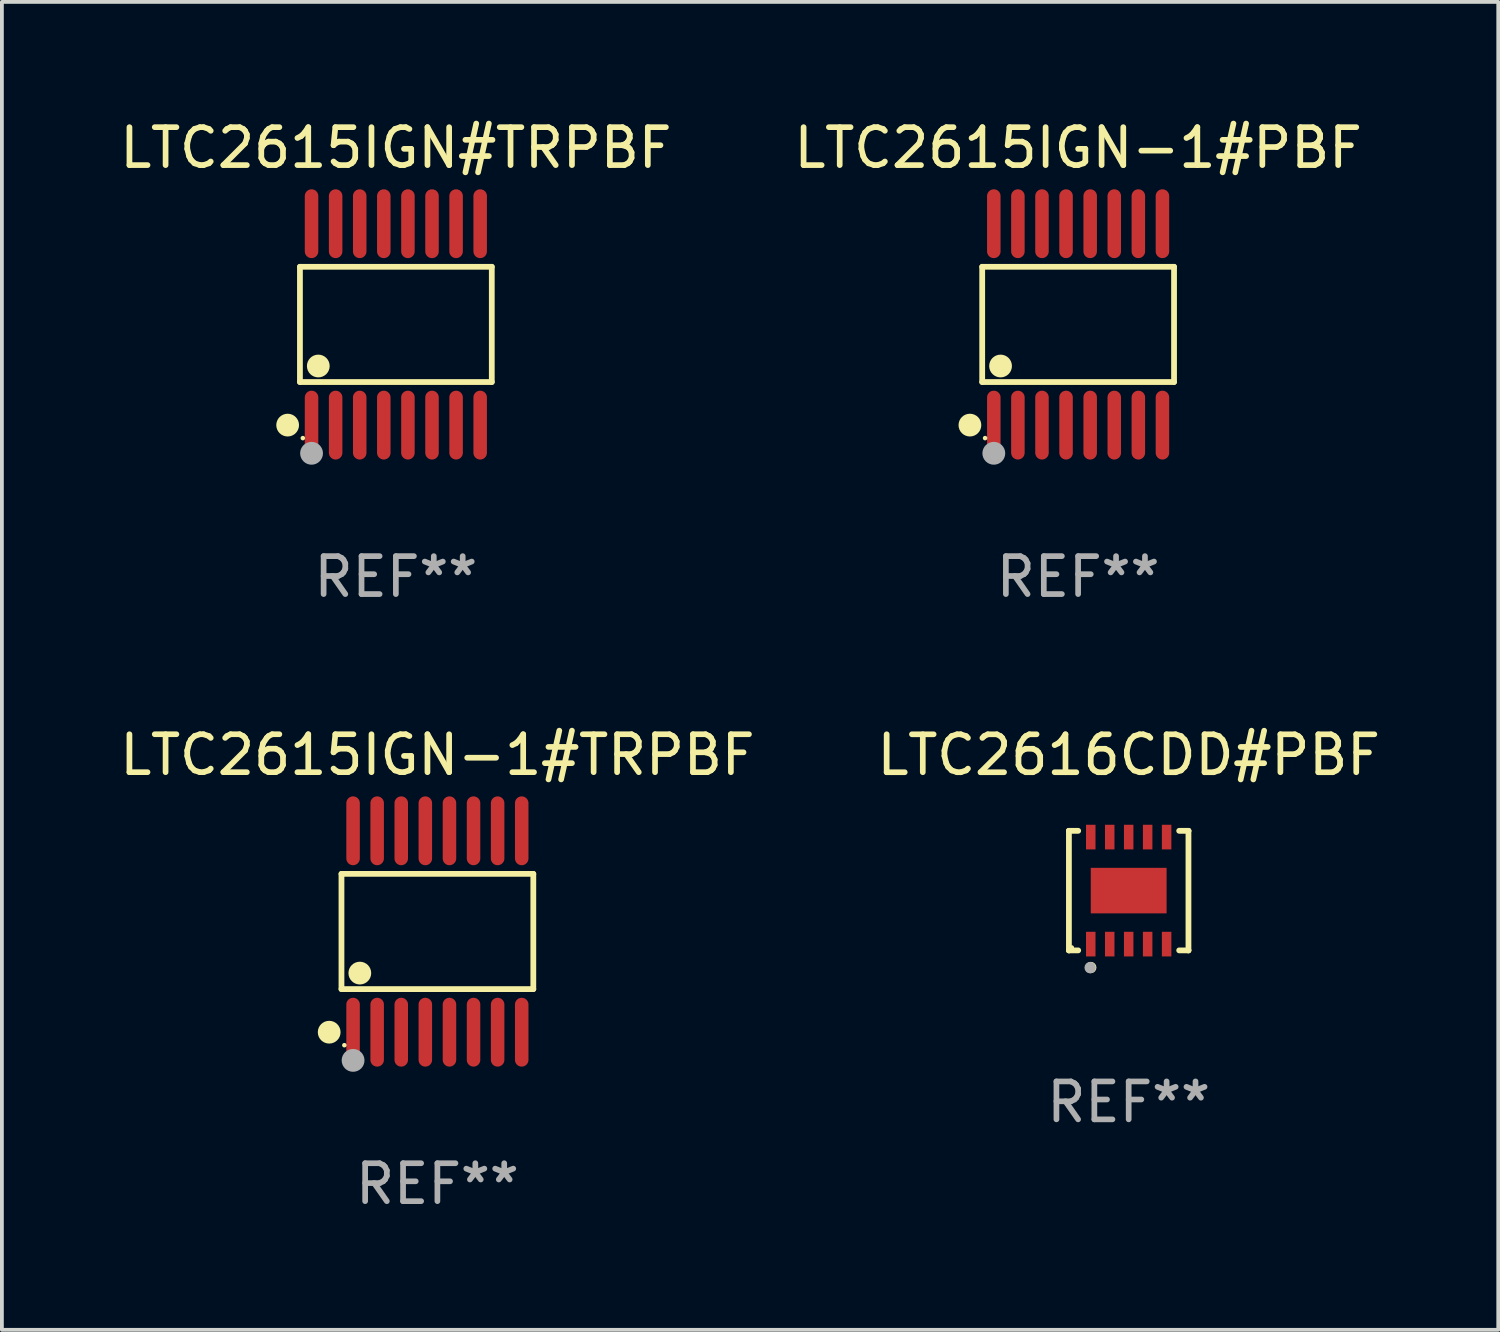
<source format=kicad_pcb>
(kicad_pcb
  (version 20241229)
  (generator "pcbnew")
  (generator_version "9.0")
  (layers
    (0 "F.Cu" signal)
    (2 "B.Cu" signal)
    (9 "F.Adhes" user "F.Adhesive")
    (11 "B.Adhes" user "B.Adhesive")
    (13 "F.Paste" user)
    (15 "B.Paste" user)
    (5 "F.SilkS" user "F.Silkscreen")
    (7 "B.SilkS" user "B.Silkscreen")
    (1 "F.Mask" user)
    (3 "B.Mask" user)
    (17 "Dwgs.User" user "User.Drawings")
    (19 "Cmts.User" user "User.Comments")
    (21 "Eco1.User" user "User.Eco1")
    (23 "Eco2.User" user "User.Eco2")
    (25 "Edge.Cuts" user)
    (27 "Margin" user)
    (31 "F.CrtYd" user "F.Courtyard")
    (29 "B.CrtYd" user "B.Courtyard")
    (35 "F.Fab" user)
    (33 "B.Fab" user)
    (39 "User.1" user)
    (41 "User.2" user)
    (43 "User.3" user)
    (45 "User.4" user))
  (footprint "LTC2615IGN#TRPBF"
    (layer "F.Cu")
    (at 7.387 5.503)
    (property "Reference" "LTC2615IGN#TRPBF" (at 0 -4.655 0) (layer "F.SilkS") (effects (font (size 1 1) (thickness 0.15))))
    (attr through_hole)
    (fp_line (start -2.529 -1.519) (end 2.529 -1.519) (stroke (width 0.152) (type solid)) (layer "F.SilkS"))
    (fp_line (start -2.529 1.519) (end -2.529 -1.519) (stroke (width 0.152) (type solid)) (layer "F.SilkS"))
    (fp_line (start 2.529 -1.519) (end 2.529 1.519) (stroke (width 0.152) (type solid)) (layer "F.SilkS"))
    (fp_line (start 2.529 1.519) (end -2.529 1.519) (stroke (width 0.152) (type solid)) (layer "F.SilkS"))
    (fp_circle (center -2.853 2.655) (end -2.703 2.655) (stroke (width 0.3) (type solid)) (fill no) (layer "F.SilkS"))
    (fp_circle (center -2.453 2.998) (end -2.423 2.998) (stroke (width 0.06) (type solid)) (fill no) (layer "F.SilkS"))
    (fp_circle (center -2.045 1.097) (end -1.895 1.097) (stroke (width 0.3) (type solid)) (fill no) (layer "F.SilkS"))
    (fp_circle (center -2.223 3.398) (end -2.072 3.398) (stroke (width 0.3) (type solid)) (fill no) (layer "F.Fab"))
    (fp_text user "REF**" (at 0 6.655 0) (layer "F.Fab") (effects (font (size 1 1) (thickness 0.15))))
    (pad "1" smd oval (at -2.223 2.655) (size 0.356 1.815) (layers "F.Cu" "F.Mask" "F.Paste"))
    (pad "2" smd oval (at -1.588 2.655) (size 0.356 1.815) (layers "F.Cu" "F.Mask" "F.Paste"))
    (pad "3" smd oval (at -0.953 2.655) (size 0.356 1.815) (layers "F.Cu" "F.Mask" "F.Paste"))
    (pad "4" smd oval (at -0.318 2.655) (size 0.356 1.815) (layers "F.Cu" "F.Mask" "F.Paste"))
    (pad "5" smd oval (at 0.318 2.655) (size 0.356 1.815) (layers "F.Cu" "F.Mask" "F.Paste"))
    (pad "6" smd oval (at 0.953 2.655) (size 0.356 1.815) (layers "F.Cu" "F.Mask" "F.Paste"))
    (pad "7" smd oval (at 1.588 2.655) (size 0.356 1.815) (layers "F.Cu" "F.Mask" "F.Paste"))
    (pad "8" smd oval (at 2.223 2.655) (size 0.356 1.815) (layers "F.Cu" "F.Mask" "F.Paste"))
    (pad "9" smd oval (at 2.223 -2.655) (size 0.356 1.815) (layers "F.Cu" "F.Mask" "F.Paste"))
    (pad "10" smd oval (at 1.588 -2.655) (size 0.356 1.815) (layers "F.Cu" "F.Mask" "F.Paste"))
    (pad "11" smd oval (at 0.953 -2.655) (size 0.356 1.815) (layers "F.Cu" "F.Mask" "F.Paste"))
    (pad "12" smd oval (at 0.318 -2.655) (size 0.356 1.815) (layers "F.Cu" "F.Mask" "F.Paste"))
    (pad "13" smd oval (at -0.318 -2.655) (size 0.356 1.815) (layers "F.Cu" "F.Mask" "F.Paste"))
    (pad "14" smd oval (at -0.953 -2.655) (size 0.356 1.815) (layers "F.Cu" "F.Mask" "F.Paste"))
    (pad "15" smd oval (at -1.588 -2.655) (size 0.356 1.815) (layers "F.Cu" "F.Mask" "F.Paste"))
    (pad "16" smd oval (at -2.223 -2.655) (size 0.356 1.815) (layers "F.Cu" "F.Mask" "F.Paste")))
  (footprint "LTC2616CDD#PBF"
    (layer "F.Cu")
    (at 26.708 20.431)
    (property "Reference" "LTC2616CDD#PBF" (at 0 -3.576 0) (layer "F.SilkS") (effects (font (size 1 1) (thickness 0.15))))
    (attr through_hole)
    (fp_line (start -1.576 -1.576) (end -1.576 -1.576) (stroke (width 0.152) (type solid)) (layer "F.SilkS"))
    (fp_line (start -1.576 -1.576) (end -1.331 -1.576) (stroke (width 0.152) (type solid)) (layer "F.SilkS"))
    (fp_line (start -1.576 1.576) (end -1.576 -1.576) (stroke (width 0.152) (type solid)) (layer "F.SilkS"))
    (fp_line (start -1.576 1.576) (end -1.576 1.576) (stroke (width 0.152) (type solid)) (layer "F.SilkS"))
    (fp_line (start -1.331 1.576) (end -1.576 1.576) (stroke (width 0.152) (type solid)) (layer "F.SilkS"))
    (fp_line (start 1.331 1.576) (end 1.576 1.576) (stroke (width 0.152) (type solid)) (layer "F.SilkS"))
    (fp_line (start 1.576 -1.576) (end 1.331 -1.576) (stroke (width 0.152) (type solid)) (layer "F.SilkS"))
    (fp_line (start 1.576 -1.576) (end 1.576 -1.576) (stroke (width 0.152) (type solid)) (layer "F.SilkS"))
    (fp_line (start 1.576 1.576) (end 1.576 -1.576) (stroke (width 0.152) (type solid)) (layer "F.SilkS"))
    (fp_line (start 1.576 1.576) (end 1.576 1.576) (stroke (width 0.152) (type solid)) (layer "F.SilkS"))
    (fp_circle (center -1.5 1.5) (end -1.47 1.5) (stroke (width 0.06) (type solid)) (fill no) (layer "F.SilkS"))
    (fp_circle (center -1 2.028) (end -0.925 2.028) (stroke (width 0.15) (type solid)) (fill no) (layer "F.SilkS"))
    (fp_circle (center -1.016 2.032) (end -0.941 2.032) (stroke (width 0.15) (type solid)) (fill no) (layer "F.Fab"))
    (fp_text user "REF**" (at 0 5.576 0) (layer "F.Fab") (effects (font (size 1 1) (thickness 0.15))))
    (pad "1" smd rect (at -1 1.411) (size 0.25 0.65) (layers "F.Cu" "F.Mask" "F.Paste"))
    (pad "2" smd rect (at -0.5 1.411) (size 0.25 0.65) (layers "F.Cu" "F.Mask" "F.Paste"))
    (pad "3" smd rect (at 0 1.411) (size 0.25 0.65) (layers "F.Cu" "F.Mask" "F.Paste"))
    (pad "4" smd rect (at 0.5 1.411) (size 0.25 0.65) (layers "F.Cu" "F.Mask" "F.Paste"))
    (pad "5" smd rect (at 1 1.411) (size 0.25 0.65) (layers "F.Cu" "F.Mask" "F.Paste"))
    (pad "6" smd rect (at 1 -1.411) (size 0.25 0.65) (layers "F.Cu" "F.Mask" "F.Paste"))
    (pad "7" smd rect (at 0.5 -1.411) (size 0.25 0.65) (layers "F.Cu" "F.Mask" "F.Paste"))
    (pad "8" smd rect (at 0 -1.411) (size 0.25 0.65) (layers "F.Cu" "F.Mask" "F.Paste"))
    (pad "9" smd rect (at -0.5 -1.411) (size 0.25 0.65) (layers "F.Cu" "F.Mask" "F.Paste"))
    (pad "10" smd rect (at -1 -1.411) (size 0.25 0.65) (layers "F.Cu" "F.Mask" "F.Paste"))
    (pad "11" smd rect (at 0 0) (size 2 1.2) (layers "F.Cu" "F.Mask" "F.Paste")))
  (footprint "LTC2615IGN-1#TRPBF"
    (layer "F.Cu")
    (at 8.482 21.509)
    (property "Reference" "LTC2615IGN-1#TRPBF" (at 0 -4.655 0) (layer "F.SilkS") (effects (font (size 1 1) (thickness 0.15))))
    (attr through_hole)
    (fp_line (start -2.529 -1.519) (end 2.529 -1.519) (stroke (width 0.152) (type solid)) (layer "F.SilkS"))
    (fp_line (start -2.529 1.519) (end -2.529 -1.519) (stroke (width 0.152) (type solid)) (layer "F.SilkS"))
    (fp_line (start 2.529 -1.519) (end 2.529 1.519) (stroke (width 0.152) (type solid)) (layer "F.SilkS"))
    (fp_line (start 2.529 1.519) (end -2.529 1.519) (stroke (width 0.152) (type solid)) (layer "F.SilkS"))
    (fp_circle (center -2.853 2.655) (end -2.703 2.655) (stroke (width 0.3) (type solid)) (fill no) (layer "F.SilkS"))
    (fp_circle (center -2.453 2.998) (end -2.423 2.998) (stroke (width 0.06) (type solid)) (fill no) (layer "F.SilkS"))
    (fp_circle (center -2.045 1.097) (end -1.895 1.097) (stroke (width 0.3) (type solid)) (fill no) (layer "F.SilkS"))
    (fp_circle (center -2.223 3.398) (end -2.072 3.398) (stroke (width 0.3) (type solid)) (fill no) (layer "F.Fab"))
    (fp_text user "REF**" (at 0 6.655 0) (layer "F.Fab") (effects (font (size 1 1) (thickness 0.15))))
    (pad "1" smd oval (at -2.223 2.655) (size 0.356 1.815) (layers "F.Cu" "F.Mask" "F.Paste"))
    (pad "2" smd oval (at -1.588 2.655) (size 0.356 1.815) (layers "F.Cu" "F.Mask" "F.Paste"))
    (pad "3" smd oval (at -0.953 2.655) (size 0.356 1.815) (layers "F.Cu" "F.Mask" "F.Paste"))
    (pad "4" smd oval (at -0.318 2.655) (size 0.356 1.815) (layers "F.Cu" "F.Mask" "F.Paste"))
    (pad "5" smd oval (at 0.318 2.655) (size 0.356 1.815) (layers "F.Cu" "F.Mask" "F.Paste"))
    (pad "6" smd oval (at 0.953 2.655) (size 0.356 1.815) (layers "F.Cu" "F.Mask" "F.Paste"))
    (pad "7" smd oval (at 1.588 2.655) (size 0.356 1.815) (layers "F.Cu" "F.Mask" "F.Paste"))
    (pad "8" smd oval (at 2.223 2.655) (size 0.356 1.815) (layers "F.Cu" "F.Mask" "F.Paste"))
    (pad "9" smd oval (at 2.223 -2.655) (size 0.356 1.815) (layers "F.Cu" "F.Mask" "F.Paste"))
    (pad "10" smd oval (at 1.588 -2.655) (size 0.356 1.815) (layers "F.Cu" "F.Mask" "F.Paste"))
    (pad "11" smd oval (at 0.953 -2.655) (size 0.356 1.815) (layers "F.Cu" "F.Mask" "F.Paste"))
    (pad "12" smd oval (at 0.318 -2.655) (size 0.356 1.815) (layers "F.Cu" "F.Mask" "F.Paste"))
    (pad "13" smd oval (at -0.318 -2.655) (size 0.356 1.815) (layers "F.Cu" "F.Mask" "F.Paste"))
    (pad "14" smd oval (at -0.953 -2.655) (size 0.356 1.815) (layers "F.Cu" "F.Mask" "F.Paste"))
    (pad "15" smd oval (at -1.588 -2.655) (size 0.356 1.815) (layers "F.Cu" "F.Mask" "F.Paste"))
    (pad "16" smd oval (at -2.223 -2.655) (size 0.356 1.815) (layers "F.Cu" "F.Mask" "F.Paste")))
  (footprint "LTC2615IGN-1#PBF"
    (layer "F.Cu")
    (at 25.375 5.503)
    (property "Reference" "LTC2615IGN-1#PBF" (at 0 -4.655 0) (layer "F.SilkS") (effects (font (size 1 1) (thickness 0.15))))
    (attr through_hole)
    (fp_line (start -2.529 -1.519) (end 2.529 -1.519) (stroke (width 0.152) (type solid)) (layer "F.SilkS"))
    (fp_line (start -2.529 1.519) (end -2.529 -1.519) (stroke (width 0.152) (type solid)) (layer "F.SilkS"))
    (fp_line (start 2.529 -1.519) (end 2.529 1.519) (stroke (width 0.152) (type solid)) (layer "F.SilkS"))
    (fp_line (start 2.529 1.519) (end -2.529 1.519) (stroke (width 0.152) (type solid)) (layer "F.SilkS"))
    (fp_circle (center -2.853 2.655) (end -2.703 2.655) (stroke (width 0.3) (type solid)) (fill no) (layer "F.SilkS"))
    (fp_circle (center -2.453 2.998) (end -2.423 2.998) (stroke (width 0.06) (type solid)) (fill no) (layer "F.SilkS"))
    (fp_circle (center -2.045 1.097) (end -1.895 1.097) (stroke (width 0.3) (type solid)) (fill no) (layer "F.SilkS"))
    (fp_circle (center -2.223 3.398) (end -2.072 3.398) (stroke (width 0.3) (type solid)) (fill no) (layer "F.Fab"))
    (fp_text user "REF**" (at 0 6.655 0) (layer "F.Fab") (effects (font (size 1 1) (thickness 0.15))))
    (pad "1" smd oval (at -2.223 2.655) (size 0.356 1.815) (layers "F.Cu" "F.Mask" "F.Paste"))
    (pad "2" smd oval (at -1.588 2.655) (size 0.356 1.815) (layers "F.Cu" "F.Mask" "F.Paste"))
    (pad "3" smd oval (at -0.953 2.655) (size 0.356 1.815) (layers "F.Cu" "F.Mask" "F.Paste"))
    (pad "4" smd oval (at -0.318 2.655) (size 0.356 1.815) (layers "F.Cu" "F.Mask" "F.Paste"))
    (pad "5" smd oval (at 0.318 2.655) (size 0.356 1.815) (layers "F.Cu" "F.Mask" "F.Paste"))
    (pad "6" smd oval (at 0.953 2.655) (size 0.356 1.815) (layers "F.Cu" "F.Mask" "F.Paste"))
    (pad "7" smd oval (at 1.588 2.655) (size 0.356 1.815) (layers "F.Cu" "F.Mask" "F.Paste"))
    (pad "8" smd oval (at 2.223 2.655) (size 0.356 1.815) (layers "F.Cu" "F.Mask" "F.Paste"))
    (pad "9" smd oval (at 2.223 -2.655) (size 0.356 1.815) (layers "F.Cu" "F.Mask" "F.Paste"))
    (pad "10" smd oval (at 1.588 -2.655) (size 0.356 1.815) (layers "F.Cu" "F.Mask" "F.Paste"))
    (pad "11" smd oval (at 0.953 -2.655) (size 0.356 1.815) (layers "F.Cu" "F.Mask" "F.Paste"))
    (pad "12" smd oval (at 0.318 -2.655) (size 0.356 1.815) (layers "F.Cu" "F.Mask" "F.Paste"))
    (pad "13" smd oval (at -0.318 -2.655) (size 0.356 1.815) (layers "F.Cu" "F.Mask" "F.Paste"))
    (pad "14" smd oval (at -0.953 -2.655) (size 0.356 1.815) (layers "F.Cu" "F.Mask" "F.Paste"))
    (pad "15" smd oval (at -1.588 -2.655) (size 0.356 1.815) (layers "F.Cu" "F.Mask" "F.Paste"))
    (pad "16" smd oval (at -2.223 -2.655) (size 0.356 1.815) (layers "F.Cu" "F.Mask" "F.Paste")))
  (gr_rect
    (start -3 -3)
    (end 36.452 32.012)
    (stroke (width 0.1) (type default))
    (fill no)
    (layer "Edge.Cuts")))
</source>
